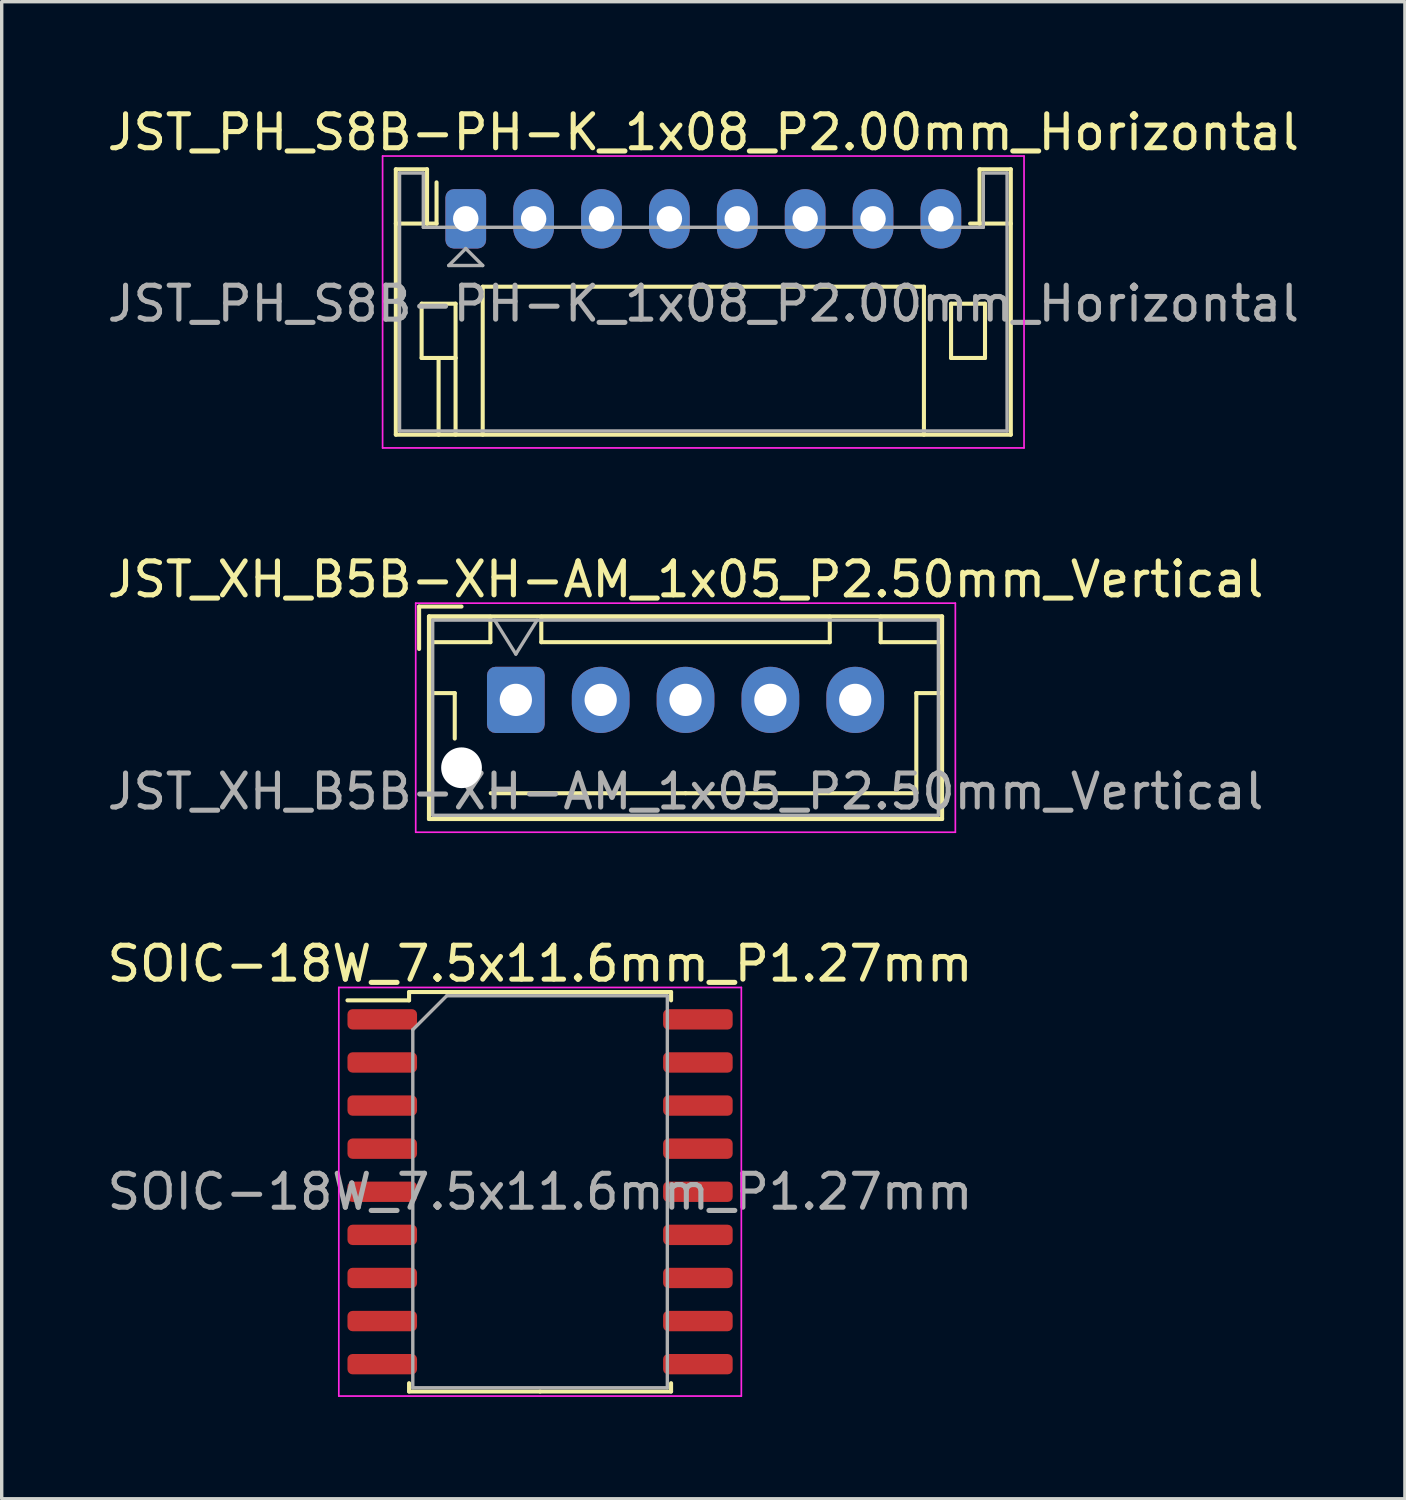
<source format=kicad_pcb>
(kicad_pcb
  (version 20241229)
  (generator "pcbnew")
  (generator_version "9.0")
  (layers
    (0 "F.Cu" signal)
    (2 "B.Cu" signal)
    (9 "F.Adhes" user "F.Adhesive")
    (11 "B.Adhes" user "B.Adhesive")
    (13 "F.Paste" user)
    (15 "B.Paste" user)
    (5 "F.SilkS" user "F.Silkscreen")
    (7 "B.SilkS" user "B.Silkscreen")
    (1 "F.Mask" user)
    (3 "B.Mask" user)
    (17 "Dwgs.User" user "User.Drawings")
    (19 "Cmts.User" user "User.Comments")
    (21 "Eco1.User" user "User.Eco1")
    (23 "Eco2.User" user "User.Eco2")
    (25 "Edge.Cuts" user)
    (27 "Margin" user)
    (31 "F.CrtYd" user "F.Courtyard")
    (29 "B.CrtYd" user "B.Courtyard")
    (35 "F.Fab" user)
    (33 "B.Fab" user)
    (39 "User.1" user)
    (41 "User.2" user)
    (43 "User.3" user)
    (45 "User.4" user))
  (footprint "JST_PH_S8B-PH-K_1x08_P2.00mm_Horizontal"
    (layer "F.Cu")
    (at 10.673 3.398)
    (property "Reference" "JST_PH_S8B-PH-K_1x08_P2.00mm_Horizontal" (at 7 -2.55 0) (layer "F.SilkS") (effects (font (size 1 1) (thickness 0.15))))
    (attr through_hole)
    (fp_line (start -2.06 -1.46) (end -2.06 6.36) (stroke (width 0.12) (type solid)) (layer "F.SilkS"))
    (fp_line (start -2.06 0.14) (end -1.14 0.14) (stroke (width 0.12) (type solid)) (layer "F.SilkS"))
    (fp_line (start -2.06 6.36) (end 16.06 6.36) (stroke (width 0.12) (type solid)) (layer "F.SilkS"))
    (fp_line (start -1.3 2.5) (end -1.3 4.1) (stroke (width 0.12) (type solid)) (layer "F.SilkS"))
    (fp_line (start -1.3 4.1) (end -0.3 4.1) (stroke (width 0.12) (type solid)) (layer "F.SilkS"))
    (fp_line (start -1.14 -1.46) (end -2.06 -1.46) (stroke (width 0.12) (type solid)) (layer "F.SilkS"))
    (fp_line (start -1.14 0.14) (end -1.14 -1.46) (stroke (width 0.12) (type solid)) (layer "F.SilkS"))
    (fp_line (start -0.86 0.14) (end -1.14 0.14) (stroke (width 0.12) (type solid)) (layer "F.SilkS"))
    (fp_line (start -0.86 0.14) (end -0.86 -1.075) (stroke (width 0.12) (type solid)) (layer "F.SilkS"))
    (fp_line (start -0.8 4.1) (end -0.8 6.36) (stroke (width 0.12) (type solid)) (layer "F.SilkS"))
    (fp_line (start -0.3 2.5) (end -1.3 2.5) (stroke (width 0.12) (type solid)) (layer "F.SilkS"))
    (fp_line (start -0.3 4.1) (end -0.3 2.5) (stroke (width 0.12) (type solid)) (layer "F.SilkS"))
    (fp_line (start -0.3 4.1) (end -0.3 6.36) (stroke (width 0.12) (type solid)) (layer "F.SilkS"))
    (fp_line (start 0.5 2) (end 13.5 2) (stroke (width 0.12) (type solid)) (layer "F.SilkS"))
    (fp_line (start 0.5 6.36) (end 0.5 2) (stroke (width 0.12) (type solid)) (layer "F.SilkS"))
    (fp_line (start 13.5 2) (end 13.5 6.36) (stroke (width 0.12) (type solid)) (layer "F.SilkS"))
    (fp_line (start 14.3 2.5) (end 15.3 2.5) (stroke (width 0.12) (type solid)) (layer "F.SilkS"))
    (fp_line (start 14.3 4.1) (end 14.3 2.5) (stroke (width 0.12) (type solid)) (layer "F.SilkS"))
    (fp_line (start 15.14 -1.46) (end 15.14 0.14) (stroke (width 0.12) (type solid)) (layer "F.SilkS"))
    (fp_line (start 15.14 0.14) (end 14.86 0.14) (stroke (width 0.12) (type solid)) (layer "F.SilkS"))
    (fp_line (start 15.3 2.5) (end 15.3 4.1) (stroke (width 0.12) (type solid)) (layer "F.SilkS"))
    (fp_line (start 15.3 4.1) (end 14.3 4.1) (stroke (width 0.12) (type solid)) (layer "F.SilkS"))
    (fp_line (start 16.06 -1.46) (end 15.14 -1.46) (stroke (width 0.12) (type solid)) (layer "F.SilkS"))
    (fp_line (start 16.06 0.14) (end 15.14 0.14) (stroke (width 0.12) (type solid)) (layer "F.SilkS"))
    (fp_line (start 16.06 6.36) (end 16.06 -1.46) (stroke (width 0.12) (type solid)) (layer "F.SilkS"))
    (fp_line (start -2.45 -1.85) (end -2.45 6.75) (stroke (width 0.05) (type solid)) (layer "F.CrtYd"))
    (fp_line (start -2.45 6.75) (end 16.45 6.75) (stroke (width 0.05) (type solid)) (layer "F.CrtYd"))
    (fp_line (start 16.45 -1.85) (end -2.45 -1.85) (stroke (width 0.05) (type solid)) (layer "F.CrtYd"))
    (fp_line (start 16.45 6.75) (end 16.45 -1.85) (stroke (width 0.05) (type solid)) (layer "F.CrtYd"))
    (fp_line (start -1.95 -1.35) (end -1.95 6.25) (stroke (width 0.1) (type solid)) (layer "F.Fab"))
    (fp_line (start -1.95 6.25) (end 15.95 6.25) (stroke (width 0.1) (type solid)) (layer "F.Fab"))
    (fp_line (start -1.25 -1.35) (end -1.95 -1.35) (stroke (width 0.1) (type solid)) (layer "F.Fab"))
    (fp_line (start -1.25 0.25) (end -1.25 -1.35) (stroke (width 0.1) (type solid)) (layer "F.Fab"))
    (fp_line (start -0.5 1.375) (end 0.5 1.375) (stroke (width 0.1) (type solid)) (layer "F.Fab"))
    (fp_line (start 0 0.875) (end -0.5 1.375) (stroke (width 0.1) (type solid)) (layer "F.Fab"))
    (fp_line (start 0.5 1.375) (end 0 0.875) (stroke (width 0.1) (type solid)) (layer "F.Fab"))
    (fp_line (start 15.25 -1.35) (end 15.25 0.25) (stroke (width 0.1) (type solid)) (layer "F.Fab"))
    (fp_line (start 15.25 0.25) (end -1.25 0.25) (stroke (width 0.1) (type solid)) (layer "F.Fab"))
    (fp_line (start 15.95 -1.35) (end 15.25 -1.35) (stroke (width 0.1) (type solid)) (layer "F.Fab"))
    (fp_line (start 15.95 6.25) (end 15.95 -1.35) (stroke (width 0.1) (type solid)) (layer "F.Fab"))
    (fp_text user "${REFERENCE}" (at 7 2.5 0) (layer "F.Fab") (effects (font (size 1 1) (thickness 0.15))))
    (pad "1" thru_hole roundrect (at 0 0) (size 1.2 1.75) (drill 0.75) (layers "*.Cu" "*.Mask") (roundrect_rratio 0.208))
    (pad "2" thru_hole oval (at 2 0) (size 1.2 1.75) (drill 0.75) (layers "*.Cu" "*.Mask"))
    (pad "3" thru_hole oval (at 4 0) (size 1.2 1.75) (drill 0.75) (layers "*.Cu" "*.Mask"))
    (pad "4" thru_hole oval (at 6 0) (size 1.2 1.75) (drill 0.75) (layers "*.Cu" "*.Mask"))
    (pad "5" thru_hole oval (at 8 0) (size 1.2 1.75) (drill 0.75) (layers "*.Cu" "*.Mask"))
    (pad "6" thru_hole oval (at 10 0) (size 1.2 1.75) (drill 0.75) (layers "*.Cu" "*.Mask"))
    (pad "7" thru_hole oval (at 12 0) (size 1.2 1.75) (drill 0.75) (layers "*.Cu" "*.Mask"))
    (pad "8" thru_hole oval (at 14 0) (size 1.2 1.75) (drill 0.75) (layers "*.Cu" "*.Mask")))
  (footprint "JST_XH_B5B-XH-AM_1x05_P2.50mm_Vertical"
    (layer "F.Cu")
    (at 12.149 17.572)
    (property "Reference" "JST_XH_B5B-XH-AM_1x05_P2.50mm_Vertical" (at 5 -3.55 0) (layer "F.SilkS") (effects (font (size 1 1) (thickness 0.15))))
    (attr through_hole)
    (fp_line (start -2.85 -2.75) (end -2.85 -1.5) (stroke (width 0.12) (type solid)) (layer "F.SilkS"))
    (fp_line (start -2.56 -2.46) (end -2.56 3.51) (stroke (width 0.12) (type solid)) (layer "F.SilkS"))
    (fp_line (start -2.56 3.51) (end 12.56 3.51) (stroke (width 0.12) (type solid)) (layer "F.SilkS"))
    (fp_line (start -2.55 -2.45) (end -2.55 -1.7) (stroke (width 0.12) (type solid)) (layer "F.SilkS"))
    (fp_line (start -2.55 -1.7) (end -0.75 -1.7) (stroke (width 0.12) (type solid)) (layer "F.SilkS"))
    (fp_line (start -2.55 -0.2) (end -1.8 -0.2) (stroke (width 0.12) (type solid)) (layer "F.SilkS"))
    (fp_line (start -1.8 -0.2) (end -1.8 1.14) (stroke (width 0.12) (type solid)) (layer "F.SilkS"))
    (fp_line (start -1.6 -2.75) (end -2.85 -2.75) (stroke (width 0.12) (type solid)) (layer "F.SilkS"))
    (fp_line (start -0.75 -2.45) (end -2.55 -2.45) (stroke (width 0.12) (type solid)) (layer "F.SilkS"))
    (fp_line (start -0.75 -1.7) (end -0.75 -2.45) (stroke (width 0.12) (type solid)) (layer "F.SilkS"))
    (fp_line (start 0.75 -2.45) (end 0.75 -1.7) (stroke (width 0.12) (type solid)) (layer "F.SilkS"))
    (fp_line (start 0.75 -1.7) (end 9.25 -1.7) (stroke (width 0.12) (type solid)) (layer "F.SilkS"))
    (fp_line (start 5 2.75) (end -0.74 2.75) (stroke (width 0.12) (type solid)) (layer "F.SilkS"))
    (fp_line (start 9.25 -2.45) (end 0.75 -2.45) (stroke (width 0.12) (type solid)) (layer "F.SilkS"))
    (fp_line (start 9.25 -1.7) (end 9.25 -2.45) (stroke (width 0.12) (type solid)) (layer "F.SilkS"))
    (fp_line (start 10.75 -2.45) (end 10.75 -1.7) (stroke (width 0.12) (type solid)) (layer "F.SilkS"))
    (fp_line (start 10.75 -1.7) (end 12.55 -1.7) (stroke (width 0.12) (type solid)) (layer "F.SilkS"))
    (fp_line (start 11.8 -0.2) (end 11.8 2.75) (stroke (width 0.12) (type solid)) (layer "F.SilkS"))
    (fp_line (start 11.8 2.75) (end 5 2.75) (stroke (width 0.12) (type solid)) (layer "F.SilkS"))
    (fp_line (start 12.55 -2.45) (end 10.75 -2.45) (stroke (width 0.12) (type solid)) (layer "F.SilkS"))
    (fp_line (start 12.55 -1.7) (end 12.55 -2.45) (stroke (width 0.12) (type solid)) (layer "F.SilkS"))
    (fp_line (start 12.55 -0.2) (end 11.8 -0.2) (stroke (width 0.12) (type solid)) (layer "F.SilkS"))
    (fp_line (start 12.56 -2.46) (end -2.56 -2.46) (stroke (width 0.12) (type solid)) (layer "F.SilkS"))
    (fp_line (start 12.56 3.51) (end 12.56 -2.46) (stroke (width 0.12) (type solid)) (layer "F.SilkS"))
    (fp_line (start -2.95 -2.85) (end -2.95 3.9) (stroke (width 0.05) (type solid)) (layer "F.CrtYd"))
    (fp_line (start -2.95 3.9) (end 12.95 3.9) (stroke (width 0.05) (type solid)) (layer "F.CrtYd"))
    (fp_line (start 12.95 -2.85) (end -2.95 -2.85) (stroke (width 0.05) (type solid)) (layer "F.CrtYd"))
    (fp_line (start 12.95 3.9) (end 12.95 -2.85) (stroke (width 0.05) (type solid)) (layer "F.CrtYd"))
    (fp_line (start -2.45 -2.35) (end -2.45 3.4) (stroke (width 0.1) (type solid)) (layer "F.Fab"))
    (fp_line (start -2.45 3.4) (end 12.45 3.4) (stroke (width 0.1) (type solid)) (layer "F.Fab"))
    (fp_line (start -0.625 -2.35) (end 0 -1.35) (stroke (width 0.1) (type solid)) (layer "F.Fab"))
    (fp_line (start 0 -1.35) (end 0.625 -2.35) (stroke (width 0.1) (type solid)) (layer "F.Fab"))
    (fp_line (start 12.45 -2.35) (end -2.45 -2.35) (stroke (width 0.1) (type solid)) (layer "F.Fab"))
    (fp_line (start 12.45 3.4) (end 12.45 -2.35) (stroke (width 0.1) (type solid)) (layer "F.Fab"))
    (fp_text user "${REFERENCE}" (at 5 2.7 0) (layer "F.Fab") (effects (font (size 1 1) (thickness 0.15))))
    (pad "" np_thru_hole circle (at -1.6 2) (size 1.2 1.2) (drill 1.2) (layers "*.Cu" "*.Mask"))
    (pad "1" thru_hole roundrect (at 0 0) (size 1.7 1.95) (drill 0.95) (layers "*.Cu" "*.Mask") (roundrect_rratio 0.147))
    (pad "2" thru_hole oval (at 2.5 0) (size 1.7 1.95) (drill 0.95) (layers "*.Cu" "*.Mask"))
    (pad "3" thru_hole oval (at 5 0) (size 1.7 1.95) (drill 0.95) (layers "*.Cu" "*.Mask"))
    (pad "4" thru_hole oval (at 7.5 0) (size 1.7 1.95) (drill 0.95) (layers "*.Cu" "*.Mask"))
    (pad "5" thru_hole oval (at 10 0) (size 1.7 1.95) (drill 0.95) (layers "*.Cu" "*.Mask")))
  (footprint "SOIC-18W_7.5x11.6mm_P1.27mm"
    (layer "F.Cu")
    (at 12.863 32.065)
    (property "Reference" "SOIC-18W_7.5x11.6mm_P1.27mm" (at 0 -6.72 0) (layer "F.SilkS") (effects (font (size 1 1) (thickness 0.15))))
    (attr smd)
    (fp_line (start -3.86 -5.885) (end -3.86 -5.64) (stroke (width 0.12) (type solid)) (layer "F.SilkS"))
    (fp_line (start -3.86 -5.64) (end -5.675 -5.64) (stroke (width 0.12) (type solid)) (layer "F.SilkS"))
    (fp_line (start -3.86 5.885) (end -3.86 5.64) (stroke (width 0.12) (type solid)) (layer "F.SilkS"))
    (fp_line (start 0 -5.885) (end -3.86 -5.885) (stroke (width 0.12) (type solid)) (layer "F.SilkS"))
    (fp_line (start 0 -5.885) (end 3.86 -5.885) (stroke (width 0.12) (type solid)) (layer "F.SilkS"))
    (fp_line (start 0 5.885) (end -3.86 5.885) (stroke (width 0.12) (type solid)) (layer "F.SilkS"))
    (fp_line (start 0 5.885) (end 3.86 5.885) (stroke (width 0.12) (type solid)) (layer "F.SilkS"))
    (fp_line (start 3.86 -5.885) (end 3.86 -5.64) (stroke (width 0.12) (type solid)) (layer "F.SilkS"))
    (fp_line (start 3.86 5.885) (end 3.86 5.64) (stroke (width 0.12) (type solid)) (layer "F.SilkS"))
    (fp_line (start -5.93 -6.02) (end -5.93 6.02) (stroke (width 0.05) (type solid)) (layer "F.CrtYd"))
    (fp_line (start -5.93 6.02) (end 5.93 6.02) (stroke (width 0.05) (type solid)) (layer "F.CrtYd"))
    (fp_line (start 5.93 -6.02) (end -5.93 -6.02) (stroke (width 0.05) (type solid)) (layer "F.CrtYd"))
    (fp_line (start 5.93 6.02) (end 5.93 -6.02) (stroke (width 0.05) (type solid)) (layer "F.CrtYd"))
    (fp_line (start -3.75 -4.775) (end -2.75 -5.775) (stroke (width 0.1) (type solid)) (layer "F.Fab"))
    (fp_line (start -3.75 5.775) (end -3.75 -4.775) (stroke (width 0.1) (type solid)) (layer "F.Fab"))
    (fp_line (start -2.75 -5.775) (end 3.75 -5.775) (stroke (width 0.1) (type solid)) (layer "F.Fab"))
    (fp_line (start 3.75 -5.775) (end 3.75 5.775) (stroke (width 0.1) (type solid)) (layer "F.Fab"))
    (fp_line (start 3.75 5.775) (end -3.75 5.775) (stroke (width 0.1) (type solid)) (layer "F.Fab"))
    (fp_text user "${REFERENCE}" (at 0 0 0) (layer "F.Fab") (effects (font (size 1 1) (thickness 0.15))))
    (pad "1" smd roundrect (at -4.65 -5.08) (size 2.05 0.6) (layers "F.Cu" "F.Mask" "F.Paste") (roundrect_rratio 0.25))
    (pad "2" smd roundrect (at -4.65 -3.81) (size 2.05 0.6) (layers "F.Cu" "F.Mask" "F.Paste") (roundrect_rratio 0.25))
    (pad "3" smd roundrect (at -4.65 -2.54) (size 2.05 0.6) (layers "F.Cu" "F.Mask" "F.Paste") (roundrect_rratio 0.25))
    (pad "4" smd roundrect (at -4.65 -1.27) (size 2.05 0.6) (layers "F.Cu" "F.Mask" "F.Paste") (roundrect_rratio 0.25))
    (pad "5" smd roundrect (at -4.65 0) (size 2.05 0.6) (layers "F.Cu" "F.Mask" "F.Paste") (roundrect_rratio 0.25))
    (pad "6" smd roundrect (at -4.65 1.27) (size 2.05 0.6) (layers "F.Cu" "F.Mask" "F.Paste") (roundrect_rratio 0.25))
    (pad "7" smd roundrect (at -4.65 2.54) (size 2.05 0.6) (layers "F.Cu" "F.Mask" "F.Paste") (roundrect_rratio 0.25))
    (pad "8" smd roundrect (at -4.65 3.81) (size 2.05 0.6) (layers "F.Cu" "F.Mask" "F.Paste") (roundrect_rratio 0.25))
    (pad "9" smd roundrect (at -4.65 5.08) (size 2.05 0.6) (layers "F.Cu" "F.Mask" "F.Paste") (roundrect_rratio 0.25))
    (pad "10" smd roundrect (at 4.65 5.08) (size 2.05 0.6) (layers "F.Cu" "F.Mask" "F.Paste") (roundrect_rratio 0.25))
    (pad "11" smd roundrect (at 4.65 3.81) (size 2.05 0.6) (layers "F.Cu" "F.Mask" "F.Paste") (roundrect_rratio 0.25))
    (pad "12" smd roundrect (at 4.65 2.54) (size 2.05 0.6) (layers "F.Cu" "F.Mask" "F.Paste") (roundrect_rratio 0.25))
    (pad "13" smd roundrect (at 4.65 1.27) (size 2.05 0.6) (layers "F.Cu" "F.Mask" "F.Paste") (roundrect_rratio 0.25))
    (pad "14" smd roundrect (at 4.65 0) (size 2.05 0.6) (layers "F.Cu" "F.Mask" "F.Paste") (roundrect_rratio 0.25))
    (pad "15" smd roundrect (at 4.65 -1.27) (size 2.05 0.6) (layers "F.Cu" "F.Mask" "F.Paste") (roundrect_rratio 0.25))
    (pad "16" smd roundrect (at 4.65 -2.54) (size 2.05 0.6) (layers "F.Cu" "F.Mask" "F.Paste") (roundrect_rratio 0.25))
    (pad "17" smd roundrect (at 4.65 -3.81) (size 2.05 0.6) (layers "F.Cu" "F.Mask" "F.Paste") (roundrect_rratio 0.25))
    (pad "18" smd roundrect (at 4.65 -5.08) (size 2.05 0.6) (layers "F.Cu" "F.Mask" "F.Paste") (roundrect_rratio 0.25)))
  (gr_rect
    (start -3 -3)
    (end 38.345 41.11)
    (stroke (width 0.1) (type default))
    (fill no)
    (layer "Edge.Cuts")))
</source>
